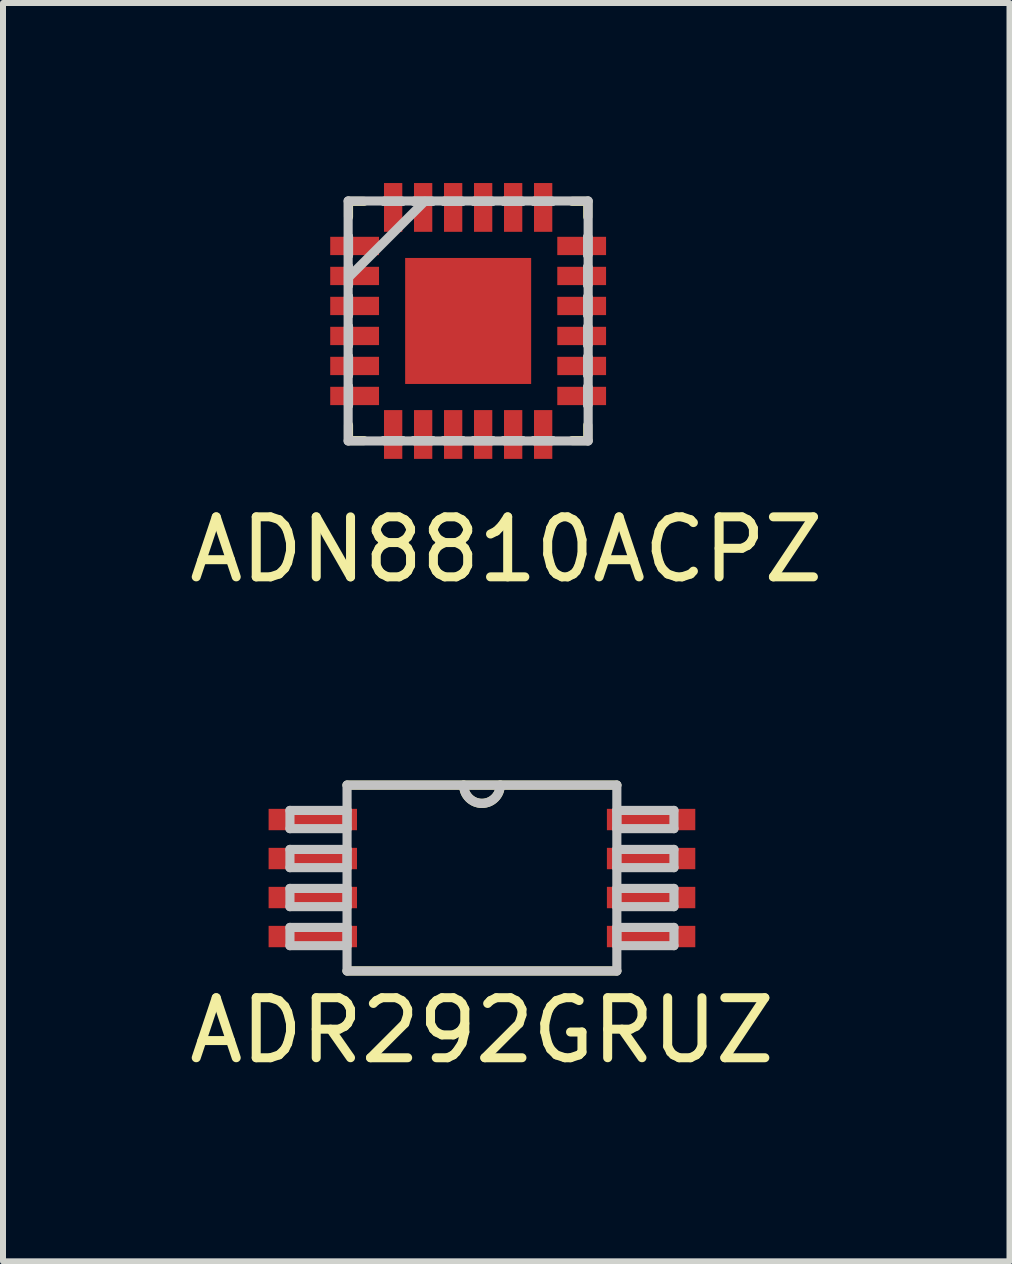
<source format=kicad_pcb>
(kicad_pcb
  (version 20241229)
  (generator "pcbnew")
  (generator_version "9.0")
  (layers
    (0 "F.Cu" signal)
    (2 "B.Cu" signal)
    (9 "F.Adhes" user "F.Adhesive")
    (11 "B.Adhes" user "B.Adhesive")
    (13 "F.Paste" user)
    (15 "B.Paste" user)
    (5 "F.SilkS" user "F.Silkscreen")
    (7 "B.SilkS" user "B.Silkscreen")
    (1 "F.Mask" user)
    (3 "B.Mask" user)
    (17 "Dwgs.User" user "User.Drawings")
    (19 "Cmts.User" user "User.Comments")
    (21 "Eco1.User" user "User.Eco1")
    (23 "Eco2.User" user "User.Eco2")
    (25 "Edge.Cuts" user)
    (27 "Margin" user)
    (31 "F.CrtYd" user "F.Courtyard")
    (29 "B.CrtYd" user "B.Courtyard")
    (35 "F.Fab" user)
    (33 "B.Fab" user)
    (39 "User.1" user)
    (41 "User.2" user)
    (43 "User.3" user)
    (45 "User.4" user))
  (footprint "ADN8810ACPZ"
    (layer "F.Cu")
    (at 4.752 2.299)
    (property "Reference" "ADN8810ACPZ" (at 0.635 3.81 0) (layer "F.SilkS") (effects (font (size 1 1) (thickness 0.15))))
    (attr through_hole)
    (fp_line (start -1.994 -1.994) (end -1.994 -1.735) (stroke (width 0.152) (type solid)) (layer "F.SilkS"))
    (fp_line (start -1.994 1.735) (end -1.994 1.994) (stroke (width 0.152) (type solid)) (layer "F.SilkS"))
    (fp_line (start -1.994 1.994) (end -1.735 1.994) (stroke (width 0.152) (type solid)) (layer "F.SilkS"))
    (fp_line (start -1.735 -1.994) (end -1.994 -1.994) (stroke (width 0.152) (type solid)) (layer "F.SilkS"))
    (fp_line (start 1.735 1.994) (end 1.994 1.994) (stroke (width 0.152) (type solid)) (layer "F.SilkS"))
    (fp_line (start 1.994 -1.994) (end 1.735 -1.994) (stroke (width 0.152) (type solid)) (layer "F.SilkS"))
    (fp_line (start 1.994 -1.735) (end 1.994 -1.994) (stroke (width 0.152) (type solid)) (layer "F.SilkS"))
    (fp_line (start 1.994 1.994) (end 1.994 1.735) (stroke (width 0.152) (type solid)) (layer "F.SilkS"))
    (fp_line (start -2 -2) (end -2 2) (stroke (width 0.152) (type solid)) (layer "Dwgs.User"))
    (fp_line (start -2 2) (end 2 2) (stroke (width 0.152) (type solid)) (layer "Dwgs.User"))
    (fp_line (start -1.994 -1.402) (end -1.994 -1.402) (stroke (width 0.152) (type solid)) (layer "Dwgs.User"))
    (fp_line (start -1.994 -1.402) (end -1.994 -1.098) (stroke (width 0.152) (type solid)) (layer "Dwgs.User"))
    (fp_line (start -1.994 -1.098) (end -1.994 -1.402) (stroke (width 0.152) (type solid)) (layer "Dwgs.User"))
    (fp_line (start -1.994 -1.098) (end -1.994 -1.098) (stroke (width 0.152) (type solid)) (layer "Dwgs.User"))
    (fp_line (start -1.994 -0.902) (end -1.994 -0.902) (stroke (width 0.152) (type solid)) (layer "Dwgs.User"))
    (fp_line (start -1.994 -0.902) (end -1.994 -0.598) (stroke (width 0.152) (type solid)) (layer "Dwgs.User"))
    (fp_line (start -1.994 -0.724) (end -0.724 -1.994) (stroke (width 0.152) (type solid)) (layer "Dwgs.User"))
    (fp_line (start -1.994 -0.598) (end -1.994 -0.902) (stroke (width 0.152) (type solid)) (layer "Dwgs.User"))
    (fp_line (start -1.994 -0.598) (end -1.994 -0.598) (stroke (width 0.152) (type solid)) (layer "Dwgs.User"))
    (fp_line (start -1.994 -0.402) (end -1.994 -0.402) (stroke (width 0.152) (type solid)) (layer "Dwgs.User"))
    (fp_line (start -1.994 -0.402) (end -1.994 -0.098) (stroke (width 0.152) (type solid)) (layer "Dwgs.User"))
    (fp_line (start -1.994 -0.098) (end -1.994 -0.402) (stroke (width 0.152) (type solid)) (layer "Dwgs.User"))
    (fp_line (start -1.994 -0.098) (end -1.994 -0.098) (stroke (width 0.152) (type solid)) (layer "Dwgs.User"))
    (fp_line (start -1.994 0.098) (end -1.994 0.098) (stroke (width 0.152) (type solid)) (layer "Dwgs.User"))
    (fp_line (start -1.994 0.098) (end -1.994 0.402) (stroke (width 0.152) (type solid)) (layer "Dwgs.User"))
    (fp_line (start -1.994 0.402) (end -1.994 0.098) (stroke (width 0.152) (type solid)) (layer "Dwgs.User"))
    (fp_line (start -1.994 0.402) (end -1.994 0.402) (stroke (width 0.152) (type solid)) (layer "Dwgs.User"))
    (fp_line (start -1.994 0.598) (end -1.994 0.598) (stroke (width 0.152) (type solid)) (layer "Dwgs.User"))
    (fp_line (start -1.994 0.598) (end -1.994 0.902) (stroke (width 0.152) (type solid)) (layer "Dwgs.User"))
    (fp_line (start -1.994 0.902) (end -1.994 0.598) (stroke (width 0.152) (type solid)) (layer "Dwgs.User"))
    (fp_line (start -1.994 0.902) (end -1.994 0.902) (stroke (width 0.152) (type solid)) (layer "Dwgs.User"))
    (fp_line (start -1.994 1.098) (end -1.994 1.098) (stroke (width 0.152) (type solid)) (layer "Dwgs.User"))
    (fp_line (start -1.994 1.098) (end -1.994 1.402) (stroke (width 0.152) (type solid)) (layer "Dwgs.User"))
    (fp_line (start -1.994 1.402) (end -1.994 1.098) (stroke (width 0.152) (type solid)) (layer "Dwgs.User"))
    (fp_line (start -1.994 1.402) (end -1.994 1.402) (stroke (width 0.152) (type solid)) (layer "Dwgs.User"))
    (fp_line (start -1.402 -1.994) (end -1.402 -1.994) (stroke (width 0.152) (type solid)) (layer "Dwgs.User"))
    (fp_line (start -1.402 -1.994) (end -1.098 -1.994) (stroke (width 0.152) (type solid)) (layer "Dwgs.User"))
    (fp_line (start -1.402 1.994) (end -1.402 1.994) (stroke (width 0.152) (type solid)) (layer "Dwgs.User"))
    (fp_line (start -1.402 1.994) (end -1.098 1.994) (stroke (width 0.152) (type solid)) (layer "Dwgs.User"))
    (fp_line (start -1.098 -1.994) (end -1.402 -1.994) (stroke (width 0.152) (type solid)) (layer "Dwgs.User"))
    (fp_line (start -1.098 -1.994) (end -1.098 -1.994) (stroke (width 0.152) (type solid)) (layer "Dwgs.User"))
    (fp_line (start -1.098 1.994) (end -1.402 1.994) (stroke (width 0.152) (type solid)) (layer "Dwgs.User"))
    (fp_line (start -1.098 1.994) (end -1.098 1.994) (stroke (width 0.152) (type solid)) (layer "Dwgs.User"))
    (fp_line (start -0.902 -1.994) (end -0.902 -1.994) (stroke (width 0.152) (type solid)) (layer "Dwgs.User"))
    (fp_line (start -0.902 -1.994) (end -0.598 -1.994) (stroke (width 0.152) (type solid)) (layer "Dwgs.User"))
    (fp_line (start -0.902 1.994) (end -0.902 1.994) (stroke (width 0.152) (type solid)) (layer "Dwgs.User"))
    (fp_line (start -0.902 1.994) (end -0.598 1.994) (stroke (width 0.152) (type solid)) (layer "Dwgs.User"))
    (fp_line (start -0.598 -1.994) (end -0.902 -1.994) (stroke (width 0.152) (type solid)) (layer "Dwgs.User"))
    (fp_line (start -0.598 -1.994) (end -0.598 -1.994) (stroke (width 0.152) (type solid)) (layer "Dwgs.User"))
    (fp_line (start -0.598 1.994) (end -0.902 1.994) (stroke (width 0.152) (type solid)) (layer "Dwgs.User"))
    (fp_line (start -0.598 1.994) (end -0.598 1.994) (stroke (width 0.152) (type solid)) (layer "Dwgs.User"))
    (fp_line (start -0.402 -1.994) (end -0.402 -1.994) (stroke (width 0.152) (type solid)) (layer "Dwgs.User"))
    (fp_line (start -0.402 -1.994) (end -0.098 -1.994) (stroke (width 0.152) (type solid)) (layer "Dwgs.User"))
    (fp_line (start -0.402 1.994) (end -0.402 1.994) (stroke (width 0.152) (type solid)) (layer "Dwgs.User"))
    (fp_line (start -0.402 1.994) (end -0.098 1.994) (stroke (width 0.152) (type solid)) (layer "Dwgs.User"))
    (fp_line (start -0.098 -1.994) (end -0.402 -1.994) (stroke (width 0.152) (type solid)) (layer "Dwgs.User"))
    (fp_line (start -0.098 -1.994) (end -0.098 -1.994) (stroke (width 0.152) (type solid)) (layer "Dwgs.User"))
    (fp_line (start -0.098 1.994) (end -0.402 1.994) (stroke (width 0.152) (type solid)) (layer "Dwgs.User"))
    (fp_line (start -0.098 1.994) (end -0.098 1.994) (stroke (width 0.152) (type solid)) (layer "Dwgs.User"))
    (fp_line (start 0.098 -1.994) (end 0.098 -1.994) (stroke (width 0.152) (type solid)) (layer "Dwgs.User"))
    (fp_line (start 0.098 -1.994) (end 0.402 -1.994) (stroke (width 0.152) (type solid)) (layer "Dwgs.User"))
    (fp_line (start 0.098 1.994) (end 0.098 1.994) (stroke (width 0.152) (type solid)) (layer "Dwgs.User"))
    (fp_line (start 0.098 1.994) (end 0.402 1.994) (stroke (width 0.152) (type solid)) (layer "Dwgs.User"))
    (fp_line (start 0.402 -1.994) (end 0.098 -1.994) (stroke (width 0.152) (type solid)) (layer "Dwgs.User"))
    (fp_line (start 0.402 -1.994) (end 0.402 -1.994) (stroke (width 0.152) (type solid)) (layer "Dwgs.User"))
    (fp_line (start 0.402 1.994) (end 0.098 1.994) (stroke (width 0.152) (type solid)) (layer "Dwgs.User"))
    (fp_line (start 0.402 1.994) (end 0.402 1.994) (stroke (width 0.152) (type solid)) (layer "Dwgs.User"))
    (fp_line (start 0.598 -1.994) (end 0.598 -1.994) (stroke (width 0.152) (type solid)) (layer "Dwgs.User"))
    (fp_line (start 0.598 -1.994) (end 0.902 -1.994) (stroke (width 0.152) (type solid)) (layer "Dwgs.User"))
    (fp_line (start 0.598 1.994) (end 0.598 1.994) (stroke (width 0.152) (type solid)) (layer "Dwgs.User"))
    (fp_line (start 0.598 1.994) (end 0.902 1.994) (stroke (width 0.152) (type solid)) (layer "Dwgs.User"))
    (fp_line (start 0.902 -1.994) (end 0.598 -1.994) (stroke (width 0.152) (type solid)) (layer "Dwgs.User"))
    (fp_line (start 0.902 -1.994) (end 0.902 -1.994) (stroke (width 0.152) (type solid)) (layer "Dwgs.User"))
    (fp_line (start 0.902 1.994) (end 0.598 1.994) (stroke (width 0.152) (type solid)) (layer "Dwgs.User"))
    (fp_line (start 0.902 1.994) (end 0.902 1.994) (stroke (width 0.152) (type solid)) (layer "Dwgs.User"))
    (fp_line (start 1.098 -1.994) (end 1.098 -1.994) (stroke (width 0.152) (type solid)) (layer "Dwgs.User"))
    (fp_line (start 1.098 -1.994) (end 1.402 -1.994) (stroke (width 0.152) (type solid)) (layer "Dwgs.User"))
    (fp_line (start 1.098 1.994) (end 1.098 1.994) (stroke (width 0.152) (type solid)) (layer "Dwgs.User"))
    (fp_line (start 1.098 1.994) (end 1.402 1.994) (stroke (width 0.152) (type solid)) (layer "Dwgs.User"))
    (fp_line (start 1.402 -1.994) (end 1.098 -1.994) (stroke (width 0.152) (type solid)) (layer "Dwgs.User"))
    (fp_line (start 1.402 -1.994) (end 1.402 -1.994) (stroke (width 0.152) (type solid)) (layer "Dwgs.User"))
    (fp_line (start 1.402 1.994) (end 1.098 1.994) (stroke (width 0.152) (type solid)) (layer "Dwgs.User"))
    (fp_line (start 1.402 1.994) (end 1.402 1.994) (stroke (width 0.152) (type solid)) (layer "Dwgs.User"))
    (fp_line (start 1.994 -1.402) (end 1.994 -1.402) (stroke (width 0.152) (type solid)) (layer "Dwgs.User"))
    (fp_line (start 1.994 -1.402) (end 1.994 -1.098) (stroke (width 0.152) (type solid)) (layer "Dwgs.User"))
    (fp_line (start 1.994 -1.098) (end 1.994 -1.402) (stroke (width 0.152) (type solid)) (layer "Dwgs.User"))
    (fp_line (start 1.994 -1.098) (end 1.994 -1.098) (stroke (width 0.152) (type solid)) (layer "Dwgs.User"))
    (fp_line (start 1.994 -0.902) (end 1.994 -0.902) (stroke (width 0.152) (type solid)) (layer "Dwgs.User"))
    (fp_line (start 1.994 -0.902) (end 1.994 -0.598) (stroke (width 0.152) (type solid)) (layer "Dwgs.User"))
    (fp_line (start 1.994 -0.598) (end 1.994 -0.902) (stroke (width 0.152) (type solid)) (layer "Dwgs.User"))
    (fp_line (start 1.994 -0.598) (end 1.994 -0.598) (stroke (width 0.152) (type solid)) (layer "Dwgs.User"))
    (fp_line (start 1.994 -0.402) (end 1.994 -0.402) (stroke (width 0.152) (type solid)) (layer "Dwgs.User"))
    (fp_line (start 1.994 -0.402) (end 1.994 -0.098) (stroke (width 0.152) (type solid)) (layer "Dwgs.User"))
    (fp_line (start 1.994 -0.098) (end 1.994 -0.402) (stroke (width 0.152) (type solid)) (layer "Dwgs.User"))
    (fp_line (start 1.994 -0.098) (end 1.994 -0.098) (stroke (width 0.152) (type solid)) (layer "Dwgs.User"))
    (fp_line (start 1.994 0.098) (end 1.994 0.098) (stroke (width 0.152) (type solid)) (layer "Dwgs.User"))
    (fp_line (start 1.994 0.098) (end 1.994 0.402) (stroke (width 0.152) (type solid)) (layer "Dwgs.User"))
    (fp_line (start 1.994 0.402) (end 1.994 0.098) (stroke (width 0.152) (type solid)) (layer "Dwgs.User"))
    (fp_line (start 1.994 0.402) (end 1.994 0.402) (stroke (width 0.152) (type solid)) (layer "Dwgs.User"))
    (fp_line (start 1.994 0.598) (end 1.994 0.598) (stroke (width 0.152) (type solid)) (layer "Dwgs.User"))
    (fp_line (start 1.994 0.598) (end 1.994 0.902) (stroke (width 0.152) (type solid)) (layer "Dwgs.User"))
    (fp_line (start 1.994 0.902) (end 1.994 0.598) (stroke (width 0.152) (type solid)) (layer "Dwgs.User"))
    (fp_line (start 1.994 0.902) (end 1.994 0.902) (stroke (width 0.152) (type solid)) (layer "Dwgs.User"))
    (fp_line (start 1.994 1.098) (end 1.994 1.098) (stroke (width 0.152) (type solid)) (layer "Dwgs.User"))
    (fp_line (start 1.994 1.098) (end 1.994 1.402) (stroke (width 0.152) (type solid)) (layer "Dwgs.User"))
    (fp_line (start 1.994 1.402) (end 1.994 1.098) (stroke (width 0.152) (type solid)) (layer "Dwgs.User"))
    (fp_line (start 1.994 1.402) (end 1.994 1.402) (stroke (width 0.152) (type solid)) (layer "Dwgs.User"))
    (fp_line (start 2 -2) (end -2 -2) (stroke (width 0.152) (type solid)) (layer "Dwgs.User"))
    (fp_line (start 2 2) (end 2 -2) (stroke (width 0.152) (type solid)) (layer "Dwgs.User"))
    (pad "" smd rect (at 0 0) (size 0.025 0.025) (layers "F.Mask"))
    (pad "1" smd rect (at -1.892 -1.25 90) (size 0.305 0.813) (layers "F.Cu" "F.Mask" "F.Paste"))
    (pad "2" smd rect (at -1.892 -0.75 90) (size 0.305 0.813) (layers "F.Cu" "F.Mask" "F.Paste"))
    (pad "3" smd rect (at -1.892 -0.25 90) (size 0.305 0.813) (layers "F.Cu" "F.Mask" "F.Paste"))
    (pad "4" smd rect (at -1.892 0.25 90) (size 0.305 0.813) (layers "F.Cu" "F.Mask" "F.Paste"))
    (pad "5" smd rect (at -1.892 0.75 90) (size 0.305 0.813) (layers "F.Cu" "F.Mask" "F.Paste"))
    (pad "6" smd rect (at -1.892 1.25 90) (size 0.305 0.813) (layers "F.Cu" "F.Mask" "F.Paste"))
    (pad "7" smd rect (at -1.25 1.892) (size 0.305 0.813) (layers "F.Cu" "F.Mask" "F.Paste"))
    (pad "8" smd rect (at -0.75 1.892) (size 0.305 0.813) (layers "F.Cu" "F.Mask" "F.Paste"))
    (pad "9" smd rect (at -0.25 1.892) (size 0.305 0.813) (layers "F.Cu" "F.Mask" "F.Paste"))
    (pad "10" smd rect (at 0.25 1.892) (size 0.305 0.813) (layers "F.Cu" "F.Mask" "F.Paste"))
    (pad "11" smd rect (at 0.75 1.892) (size 0.305 0.813) (layers "F.Cu" "F.Mask" "F.Paste"))
    (pad "12" smd rect (at 1.25 1.892) (size 0.305 0.813) (layers "F.Cu" "F.Mask" "F.Paste"))
    (pad "13" smd rect (at 1.892 1.25 90) (size 0.305 0.813) (layers "F.Cu" "F.Mask" "F.Paste"))
    (pad "14" smd rect (at 1.892 0.75 90) (size 0.305 0.813) (layers "F.Cu" "F.Mask" "F.Paste"))
    (pad "15" smd rect (at 1.892 0.25 90) (size 0.305 0.813) (layers "F.Cu" "F.Mask" "F.Paste"))
    (pad "16" smd rect (at 1.892 -0.25 90) (size 0.305 0.813) (layers "F.Cu" "F.Mask" "F.Paste"))
    (pad "17" smd rect (at 1.892 -0.75 90) (size 0.305 0.813) (layers "F.Cu" "F.Mask" "F.Paste"))
    (pad "18" smd rect (at 1.892 -1.25 90) (size 0.305 0.813) (layers "F.Cu" "F.Mask" "F.Paste"))
    (pad "19" smd rect (at 1.25 -1.892) (size 0.305 0.813) (layers "F.Cu" "F.Mask" "F.Paste"))
    (pad "20" smd rect (at 0.75 -1.892) (size 0.305 0.813) (layers "F.Cu" "F.Mask" "F.Paste"))
    (pad "21" smd rect (at 0.25 -1.892) (size 0.305 0.813) (layers "F.Cu" "F.Mask" "F.Paste"))
    (pad "22" smd rect (at -0.25 -1.892) (size 0.305 0.813) (layers "F.Cu" "F.Mask" "F.Paste"))
    (pad "23" smd rect (at -0.75 -1.892) (size 0.305 0.813) (layers "F.Cu" "F.Mask" "F.Paste"))
    (pad "24" smd rect (at -1.25 -1.892) (size 0.305 0.813) (layers "F.Cu" "F.Mask" "F.Paste"))
    (pad "25" smd rect (at 0 0) (size 2.1 2.1) (layers "F.Cu" "F.Mask" "F.Paste")))
  (footprint "ADR292GRUZ"
    (layer "F.Cu")
    (at 4.982 11.583)
    (property "Reference" "ADR292GRUZ" (at 0 2.54 0) (layer "F.SilkS") (effects (font (size 1 1) (thickness 0.15))))
    (attr smd)
    (fp_line (start -2.248 1.549) (end 2.248 1.549) (stroke (width 0.152) (type solid)) (layer "F.SilkS"))
    (fp_line (start 2.248 -1.549) (end -2.248 -1.549) (stroke (width 0.152) (type solid)) (layer "F.SilkS"))
    (fp_arc (start 0.3048 -1.5494) (mid 0 -1.2446) (end -0.3048 -1.5494) (stroke (width 0.1524) (type solid)) (layer "F.SilkS"))
    (fp_line (start -3.2 -1.127) (end -3.2 -0.823) (stroke (width 0.152) (type solid)) (layer "Dwgs.User"))
    (fp_line (start -3.2 -0.823) (end -2.248 -0.823) (stroke (width 0.152) (type solid)) (layer "Dwgs.User"))
    (fp_line (start -3.2 -0.477) (end -3.2 -0.173) (stroke (width 0.152) (type solid)) (layer "Dwgs.User"))
    (fp_line (start -3.2 -0.173) (end -2.248 -0.173) (stroke (width 0.152) (type solid)) (layer "Dwgs.User"))
    (fp_line (start -3.2 0.173) (end -3.2 0.477) (stroke (width 0.152) (type solid)) (layer "Dwgs.User"))
    (fp_line (start -3.2 0.477) (end -2.248 0.477) (stroke (width 0.152) (type solid)) (layer "Dwgs.User"))
    (fp_line (start -3.2 0.823) (end -3.2 1.127) (stroke (width 0.152) (type solid)) (layer "Dwgs.User"))
    (fp_line (start -3.2 1.127) (end -2.248 1.127) (stroke (width 0.152) (type solid)) (layer "Dwgs.User"))
    (fp_line (start -2.248 -1.549) (end -2.248 1.549) (stroke (width 0.152) (type solid)) (layer "Dwgs.User"))
    (fp_line (start -2.248 -1.127) (end -3.2 -1.127) (stroke (width 0.152) (type solid)) (layer "Dwgs.User"))
    (fp_line (start -2.248 -0.823) (end -2.248 -1.127) (stroke (width 0.152) (type solid)) (layer "Dwgs.User"))
    (fp_line (start -2.248 -0.477) (end -3.2 -0.477) (stroke (width 0.152) (type solid)) (layer "Dwgs.User"))
    (fp_line (start -2.248 -0.173) (end -2.248 -0.477) (stroke (width 0.152) (type solid)) (layer "Dwgs.User"))
    (fp_line (start -2.248 0.173) (end -3.2 0.173) (stroke (width 0.152) (type solid)) (layer "Dwgs.User"))
    (fp_line (start -2.248 0.477) (end -2.248 0.173) (stroke (width 0.152) (type solid)) (layer "Dwgs.User"))
    (fp_line (start -2.248 0.823) (end -3.2 0.823) (stroke (width 0.152) (type solid)) (layer "Dwgs.User"))
    (fp_line (start -2.248 1.127) (end -2.248 0.823) (stroke (width 0.152) (type solid)) (layer "Dwgs.User"))
    (fp_line (start -2.248 1.549) (end 2.248 1.549) (stroke (width 0.152) (type solid)) (layer "Dwgs.User"))
    (fp_line (start 2.248 -1.549) (end -2.248 -1.549) (stroke (width 0.152) (type solid)) (layer "Dwgs.User"))
    (fp_line (start 2.248 -1.127) (end 2.248 -0.823) (stroke (width 0.152) (type solid)) (layer "Dwgs.User"))
    (fp_line (start 2.248 -0.823) (end 3.2 -0.823) (stroke (width 0.152) (type solid)) (layer "Dwgs.User"))
    (fp_line (start 2.248 -0.477) (end 2.248 -0.173) (stroke (width 0.152) (type solid)) (layer "Dwgs.User"))
    (fp_line (start 2.248 -0.173) (end 3.2 -0.173) (stroke (width 0.152) (type solid)) (layer "Dwgs.User"))
    (fp_line (start 2.248 0.173) (end 2.248 0.477) (stroke (width 0.152) (type solid)) (layer "Dwgs.User"))
    (fp_line (start 2.248 0.477) (end 3.2 0.477) (stroke (width 0.152) (type solid)) (layer "Dwgs.User"))
    (fp_line (start 2.248 0.823) (end 2.248 1.127) (stroke (width 0.152) (type solid)) (layer "Dwgs.User"))
    (fp_line (start 2.248 1.127) (end 3.2 1.127) (stroke (width 0.152) (type solid)) (layer "Dwgs.User"))
    (fp_line (start 2.248 1.549) (end 2.248 -1.549) (stroke (width 0.152) (type solid)) (layer "Dwgs.User"))
    (fp_line (start 3.2 -1.127) (end 2.248 -1.127) (stroke (width 0.152) (type solid)) (layer "Dwgs.User"))
    (fp_line (start 3.2 -0.823) (end 3.2 -1.127) (stroke (width 0.152) (type solid)) (layer "Dwgs.User"))
    (fp_line (start 3.2 -0.477) (end 2.248 -0.477) (stroke (width 0.152) (type solid)) (layer "Dwgs.User"))
    (fp_line (start 3.2 -0.173) (end 3.2 -0.477) (stroke (width 0.152) (type solid)) (layer "Dwgs.User"))
    (fp_line (start 3.2 0.173) (end 2.248 0.173) (stroke (width 0.152) (type solid)) (layer "Dwgs.User"))
    (fp_line (start 3.2 0.477) (end 3.2 0.173) (stroke (width 0.152) (type solid)) (layer "Dwgs.User"))
    (fp_line (start 3.2 0.823) (end 2.248 0.823) (stroke (width 0.152) (type solid)) (layer "Dwgs.User"))
    (fp_line (start 3.2 1.127) (end 3.2 0.823) (stroke (width 0.152) (type solid)) (layer "Dwgs.User"))
    (fp_arc (start 0.3048 -1.5494) (mid 0 -1.2446) (end -0.3048 -1.5494) (stroke (width 0.1524) (type solid)) (layer "Dwgs.User"))
    (pad "1" smd rect (at -2.819 -0.975) (size 1.473 0.356) (layers "F.Cu" "F.Mask" "F.Paste"))
    (pad "2" smd rect (at -2.819 -0.325) (size 1.473 0.356) (layers "F.Cu" "F.Mask" "F.Paste"))
    (pad "3" smd rect (at -2.819 0.325) (size 1.473 0.356) (layers "F.Cu" "F.Mask" "F.Paste"))
    (pad "4" smd rect (at -2.819 0.975) (size 1.473 0.356) (layers "F.Cu" "F.Mask" "F.Paste"))
    (pad "5" smd rect (at 2.819 0.975) (size 1.473 0.356) (layers "F.Cu" "F.Mask" "F.Paste"))
    (pad "6" smd rect (at 2.819 0.325) (size 1.473 0.356) (layers "F.Cu" "F.Mask" "F.Paste"))
    (pad "7" smd rect (at 2.819 -0.325) (size 1.473 0.356) (layers "F.Cu" "F.Mask" "F.Paste"))
    (pad "8" smd rect (at 2.819 -0.975) (size 1.473 0.356) (layers "F.Cu" "F.Mask" "F.Paste")))
  (gr_rect
    (start -3 -3)
    (end 13.774 17.971)
    (stroke (width 0.1) (type default))
    (fill no)
    (layer "Edge.Cuts")))
</source>
